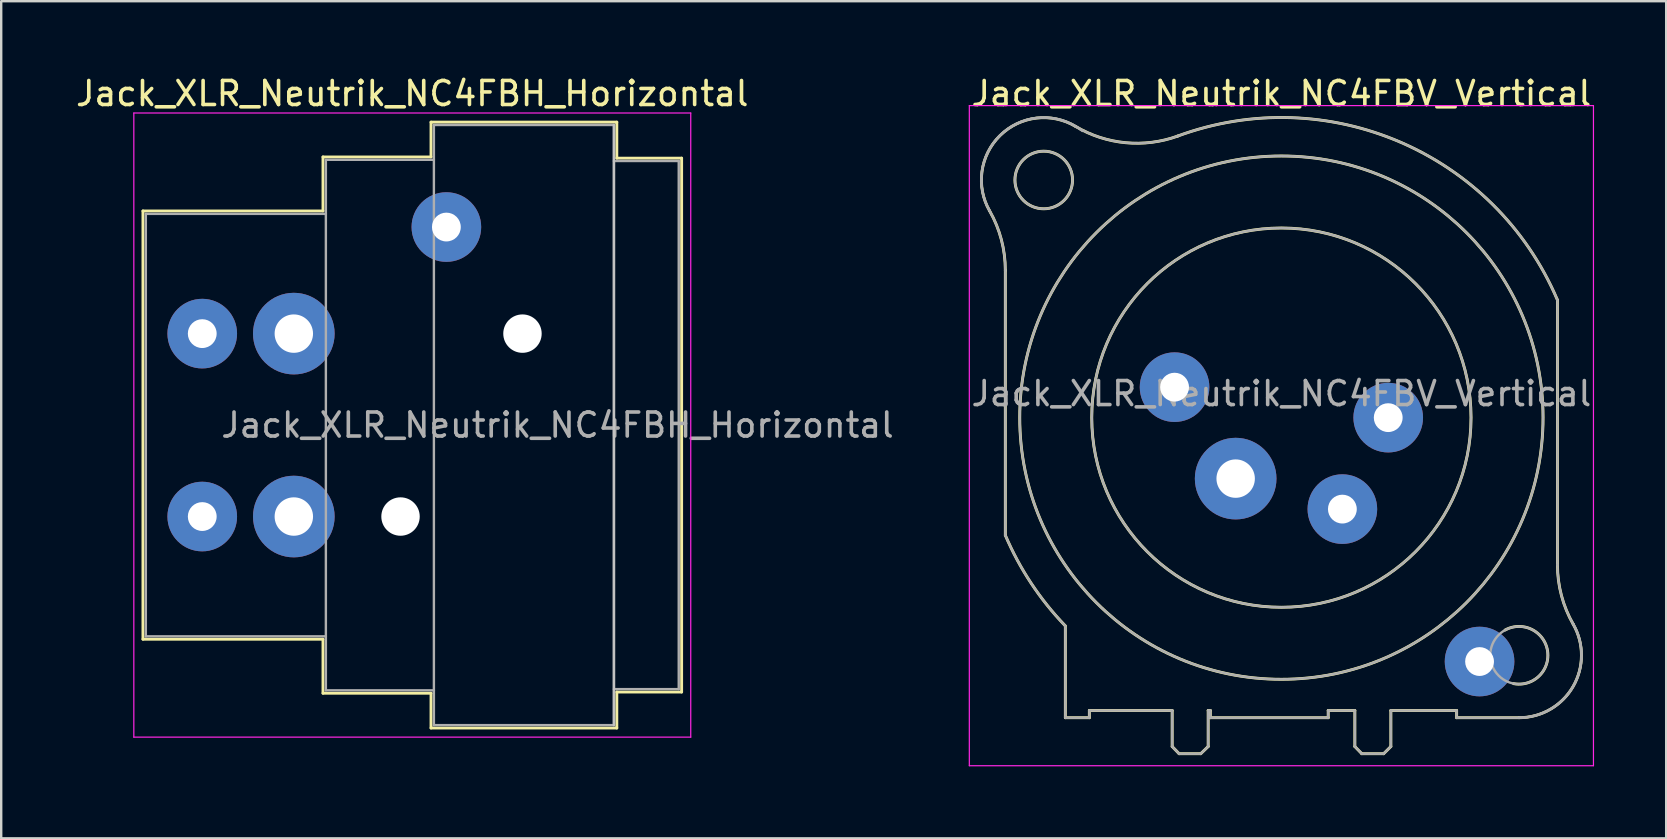
<source format=kicad_pcb>
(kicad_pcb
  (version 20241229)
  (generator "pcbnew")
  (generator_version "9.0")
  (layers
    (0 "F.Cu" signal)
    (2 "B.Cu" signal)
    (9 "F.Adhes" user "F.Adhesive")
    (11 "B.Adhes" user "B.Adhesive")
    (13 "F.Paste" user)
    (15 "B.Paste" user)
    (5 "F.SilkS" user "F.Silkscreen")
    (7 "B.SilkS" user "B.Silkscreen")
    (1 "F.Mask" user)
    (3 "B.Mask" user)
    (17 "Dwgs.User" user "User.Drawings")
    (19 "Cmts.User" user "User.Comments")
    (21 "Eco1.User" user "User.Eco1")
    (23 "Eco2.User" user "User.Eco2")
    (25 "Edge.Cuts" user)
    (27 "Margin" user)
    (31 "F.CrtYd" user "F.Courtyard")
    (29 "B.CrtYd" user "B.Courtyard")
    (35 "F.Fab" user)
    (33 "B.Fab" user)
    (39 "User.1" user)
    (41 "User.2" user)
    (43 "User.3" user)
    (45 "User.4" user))
  (footprint "Jack_XLR_Neutrik_NC4FBV_Vertical"
    (layer "F.Cu")
    (at 54.78 14.348)
    (property "Reference" "Jack_XLR_Neutrik_NC4FBV_Vertical" (at -4.45 -13.5 0) (layer "F.SilkS") (effects (font (size 1 1) (thickness 0.15))))
    (attr through_hole)
    (fp_line (start -15.95 -6.13) (end -15.95 4.9) (stroke (width 0.12) (type solid)) (layer "F.SilkS"))
    (fp_line (start -13.45 8.68) (end -13.45 12.5) (stroke (width 0.12) (type solid)) (layer "F.SilkS"))
    (fp_line (start -12.45 12.2) (end -12.45 12.5) (stroke (width 0.12) (type solid)) (layer "F.SilkS"))
    (fp_line (start -12.45 12.5) (end -13.45 12.5) (stroke (width 0.12) (type solid)) (layer "F.SilkS"))
    (fp_line (start -9 12.2) (end -12.45 12.2) (stroke (width 0.12) (type solid)) (layer "F.SilkS"))
    (fp_line (start -9 12.2) (end -9 13.7) (stroke (width 0.12) (type solid)) (layer "F.SilkS"))
    (fp_line (start -9 13.7) (end -8.71 14) (stroke (width 0.12) (type solid)) (layer "F.SilkS"))
    (fp_line (start -8.71 14) (end -7.81 14) (stroke (width 0.12) (type solid)) (layer "F.SilkS"))
    (fp_line (start -7.5 12.2) (end -7.5 13.7) (stroke (width 0.12) (type solid)) (layer "F.SilkS"))
    (fp_line (start -7.5 13.7) (end -7.81 14) (stroke (width 0.12) (type solid)) (layer "F.SilkS"))
    (fp_line (start -7.41 12.2) (end -7.5 12.2) (stroke (width 0.12) (type solid)) (layer "F.SilkS"))
    (fp_line (start -7.41 12.2) (end -7.41 12.5) (stroke (width 0.12) (type solid)) (layer "F.SilkS"))
    (fp_line (start -2.5 12.2) (end -2.5 12.5) (stroke (width 0.12) (type solid)) (layer "F.SilkS"))
    (fp_line (start -2.5 12.2) (end -1.39 12.2) (stroke (width 0.12) (type solid)) (layer "F.SilkS"))
    (fp_line (start -2.5 12.5) (end -7.41 12.5) (stroke (width 0.12) (type solid)) (layer "F.SilkS"))
    (fp_line (start -1.39 12.2) (end -1.39 13.7) (stroke (width 0.12) (type solid)) (layer "F.SilkS"))
    (fp_line (start -1.39 13.7) (end -1.1 14) (stroke (width 0.12) (type solid)) (layer "F.SilkS"))
    (fp_line (start -1.1 14) (end -0.19 14) (stroke (width 0.12) (type solid)) (layer "F.SilkS"))
    (fp_line (start 0.11 12.2) (end 0.11 13.7) (stroke (width 0.12) (type solid)) (layer "F.SilkS"))
    (fp_line (start 0.11 12.2) (end 2.85 12.2) (stroke (width 0.12) (type solid)) (layer "F.SilkS"))
    (fp_line (start 0.11 13.7) (end -0.19 14) (stroke (width 0.12) (type solid)) (layer "F.SilkS"))
    (fp_line (start 2.85 12.2) (end 2.85 12.5) (stroke (width 0.12) (type solid)) (layer "F.SilkS"))
    (fp_line (start 5.45 12.5) (end 2.85 12.5) (stroke (width 0.12) (type solid)) (layer "F.SilkS"))
    (fp_line (start 7.05 6.13) (end 7.05 -4.9) (stroke (width 0.12) (type solid)) (layer "F.SilkS"))
    (fp_arc (start -16.605678 -8.61403) (mid -16.167892 -11.753934) (end -13.02 -12.13) (stroke (width 0.12) (type solid)) (layer "F.SilkS"))
    (fp_arc (start -16.601888 -8.608607) (mid -16.114437 -7.411781) (end -15.95 -6.13) (stroke (width 0.12) (type solid)) (layer "F.SilkS"))
    (fp_arc (start -13.460471 8.664376) (mid -14.876528 6.89547) (end -15.95 4.9) (stroke (width 0.12) (type solid)) (layer "F.SilkS"))
    (fp_arc (start -8.782378 -11.725634) (mid 0.49884 -11.479067) (end 7.05 -4.9) (stroke (width 0.12) (type solid)) (layer "F.SilkS"))
    (fp_arc (start -8.765808 -11.730188) (mid -10.937772 -11.452682) (end -13.02 -12.13) (stroke (width 0.12) (type solid)) (layer "F.SilkS"))
    (fp_arc (start 4.867701 8.848226) (mid 6.637502 9.712546) (end 5.22 11.08) (stroke (width 0.12) (type solid)) (layer "F.SilkS"))
    (fp_arc (start 7.706842 8.607293) (mid 7.216999 7.411447) (end 7.05 6.13) (stroke (width 0.12) (type solid)) (layer "F.SilkS"))
    (fp_arc (start 7.708442 8.611807) (mid 7.698255 11.20589) (end 5.45 12.5) (stroke (width 0.12) (type solid)) (layer "F.SilkS"))
    (fp_circle (center -14.35 -9.9) (end -13.15 -9.9) (stroke (width 0.12) (type solid)) (fill no) (layer "F.SilkS"))
    (fp_circle (center -4.45 0) (end 3.45 0) (stroke (width 0.12) (type solid)) (fill no) (layer "F.SilkS"))
    (fp_circle (center -4.45 0) (end 6.45 0) (stroke (width 0.12) (type solid)) (fill no) (layer "F.SilkS"))
    (fp_line (start -17.45 -13) (end 8.55 -13) (stroke (width 0.05) (type solid)) (layer "F.CrtYd"))
    (fp_line (start -17.45 14.5) (end -17.45 -13) (stroke (width 0.05) (type solid)) (layer "F.CrtYd"))
    (fp_line (start 8.55 -13) (end 8.55 14.5) (stroke (width 0.05) (type solid)) (layer "F.CrtYd"))
    (fp_line (start 8.55 14.5) (end -17.45 14.5) (stroke (width 0.05) (type solid)) (layer "F.CrtYd"))
    (fp_line (start -15.95 -6.13) (end -15.95 4.9) (stroke (width 0.1) (type solid)) (layer "F.Fab"))
    (fp_line (start -13.45 8.68) (end -13.45 12.5) (stroke (width 0.1) (type solid)) (layer "F.Fab"))
    (fp_line (start -12.45 12.2) (end -12.45 12.5) (stroke (width 0.1) (type solid)) (layer "F.Fab"))
    (fp_line (start -12.45 12.5) (end -13.45 12.5) (stroke (width 0.1) (type solid)) (layer "F.Fab"))
    (fp_line (start -9 12.2) (end -12.45 12.2) (stroke (width 0.1) (type solid)) (layer "F.Fab"))
    (fp_line (start -9 12.2) (end -9 13.7) (stroke (width 0.1) (type solid)) (layer "F.Fab"))
    (fp_line (start -9 13.7) (end -8.71 14) (stroke (width 0.1) (type solid)) (layer "F.Fab"))
    (fp_line (start -8.71 14) (end -7.81 14) (stroke (width 0.1) (type solid)) (layer "F.Fab"))
    (fp_line (start -7.5 12.2) (end -7.5 13.7) (stroke (width 0.1) (type solid)) (layer "F.Fab"))
    (fp_line (start -7.5 13.7) (end -7.81 14) (stroke (width 0.1) (type solid)) (layer "F.Fab"))
    (fp_line (start -7.41 12.2) (end -7.5 12.2) (stroke (width 0.1) (type solid)) (layer "F.Fab"))
    (fp_line (start -7.41 12.2) (end -7.41 12.5) (stroke (width 0.1) (type solid)) (layer "F.Fab"))
    (fp_line (start -2.5 12.2) (end -2.5 12.5) (stroke (width 0.1) (type solid)) (layer "F.Fab"))
    (fp_line (start -2.5 12.2) (end -1.39 12.2) (stroke (width 0.1) (type solid)) (layer "F.Fab"))
    (fp_line (start -2.5 12.5) (end -7.41 12.5) (stroke (width 0.1) (type solid)) (layer "F.Fab"))
    (fp_line (start -1.39 12.2) (end -1.39 13.7) (stroke (width 0.1) (type solid)) (layer "F.Fab"))
    (fp_line (start -1.39 13.7) (end -1.1 14) (stroke (width 0.1) (type solid)) (layer "F.Fab"))
    (fp_line (start -1.1 14) (end -0.19 14) (stroke (width 0.1) (type solid)) (layer "F.Fab"))
    (fp_line (start 0.11 12.2) (end 0.11 13.7) (stroke (width 0.1) (type solid)) (layer "F.Fab"))
    (fp_line (start 0.11 12.2) (end 2.85 12.2) (stroke (width 0.1) (type solid)) (layer "F.Fab"))
    (fp_line (start 0.11 13.7) (end -0.19 14) (stroke (width 0.1) (type solid)) (layer "F.Fab"))
    (fp_line (start 2.85 12.2) (end 2.85 12.5) (stroke (width 0.1) (type solid)) (layer "F.Fab"))
    (fp_line (start 5.45 12.5) (end 2.85 12.5) (stroke (width 0.1) (type solid)) (layer "F.Fab"))
    (fp_line (start 7.05 6.13) (end 7.05 -4.9) (stroke (width 0.1) (type solid)) (layer "F.Fab"))
    (fp_arc (start -16.605678 -8.61403) (mid -16.167892 -11.753934) (end -13.02 -12.13) (stroke (width 0.1) (type solid)) (layer "F.Fab"))
    (fp_arc (start -16.601888 -8.608607) (mid -16.114437 -7.411781) (end -15.95 -6.13) (stroke (width 0.1) (type solid)) (layer "F.Fab"))
    (fp_arc (start -16.58 -8.57) (mid -16.063921 -11.858868) (end -12.735849 -11.942067) (stroke (width 0.1) (type solid)) (layer "F.Fab"))
    (fp_arc (start -13.460471 8.664376) (mid -14.876528 6.89547) (end -15.95 4.9) (stroke (width 0.1) (type solid)) (layer "F.Fab"))
    (fp_arc (start -8.782378 -11.725634) (mid 0.49884 -11.479067) (end 7.05 -4.9) (stroke (width 0.1) (type solid)) (layer "F.Fab"))
    (fp_arc (start -8.765808 -11.730188) (mid -10.937772 -11.452682) (end -13.02 -12.13) (stroke (width 0.1) (type solid)) (layer "F.Fab"))
    (fp_arc (start 7.66 8.516) (mid 7.72753 11.159357) (end 5.448337 12.499945) (stroke (width 0.1) (type solid)) (layer "F.Fab"))
    (fp_arc (start 7.706842 8.607293) (mid 7.216999 7.411447) (end 7.05 6.13) (stroke (width 0.1) (type solid)) (layer "F.Fab"))
    (fp_arc (start 7.708442 8.611807) (mid 7.698255 11.20589) (end 5.45 12.5) (stroke (width 0.1) (type solid)) (layer "F.Fab"))
    (fp_circle (center -14.35 -9.9) (end -13.15 -9.9) (stroke (width 0.1) (type solid)) (fill no) (layer "F.Fab"))
    (fp_circle (center -4.45 0) (end 3.45 0) (stroke (width 0.1) (type solid)) (fill no) (layer "F.Fab"))
    (fp_circle (center -4.45 0) (end 6.45 0) (stroke (width 0.1) (type solid)) (fill no) (layer "F.Fab"))
    (fp_circle (center 5.45 9.9) (end 6.65 9.9) (stroke (width 0.1) (type solid)) (fill no) (layer "F.Fab"))
    (fp_text user "${REFERENCE}" (at -4.45 -1 0) (layer "F.Fab") (effects (font (size 1 1) (thickness 0.15))))
    (pad "1" thru_hole circle (at 0 0) (size 2.9 2.9) (drill 1.2) (layers "*.Cu" "*.Mask"))
    (pad "2" thru_hole circle (at -1.91 3.81) (size 2.9 2.9) (drill 1.2) (layers "*.Cu" "*.Mask"))
    (pad "3" thru_hole circle (at -6.355 2.54) (size 3.4 3.4) (drill 1.6) (layers "*.Cu" "*.Mask"))
    (pad "4" thru_hole circle (at -8.9 -1.27) (size 2.9 2.9) (drill 1.2) (layers "*.Cu" "*.Mask"))
    (pad "G" thru_hole circle (at 3.805 10.16) (size 2.9 2.9) (drill 1.2) (layers "*.Cu" "*.Mask")))
  (footprint "Jack_XLR_Neutrik_NC4FBH_Horizontal"
    (layer "F.Cu")
    (at 5.375 10.848)
    (property "Reference" "Jack_XLR_Neutrik_NC4FBH_Horizontal" (at 8.75 -10 0) (layer "F.SilkS") (effects (font (size 1 1) (thickness 0.15))))
    (attr through_hole)
    (fp_line (start -2.47 -5.11) (end -2.47 12.73) (stroke (width 0.12) (type solid)) (layer "F.SilkS"))
    (fp_line (start 5.03 -5.11) (end -2.47 -5.11) (stroke (width 0.12) (type solid)) (layer "F.SilkS"))
    (fp_line (start 5.03 -5.11) (end 5.03 -7.36) (stroke (width 0.12) (type solid)) (layer "F.SilkS"))
    (fp_line (start 5.03 12.73) (end -2.47 12.73) (stroke (width 0.12) (type solid)) (layer "F.SilkS"))
    (fp_line (start 5.03 12.73) (end 5.03 14.98) (stroke (width 0.12) (type solid)) (layer "F.SilkS"))
    (fp_line (start 9.53 -7.36) (end 5.03 -7.36) (stroke (width 0.12) (type solid)) (layer "F.SilkS"))
    (fp_line (start 9.53 -7.36) (end 9.53 -8.81) (stroke (width 0.12) (type solid)) (layer "F.SilkS"))
    (fp_line (start 9.53 14.98) (end 5.03 14.98) (stroke (width 0.12) (type solid)) (layer "F.SilkS"))
    (fp_line (start 9.53 16.43) (end 9.53 14.98) (stroke (width 0.12) (type solid)) (layer "F.SilkS"))
    (fp_line (start 17.27 -8.81) (end 9.53 -8.81) (stroke (width 0.12) (type solid)) (layer "F.SilkS"))
    (fp_line (start 17.27 -8.81) (end 17.27 -7.31) (stroke (width 0.12) (type solid)) (layer "F.SilkS"))
    (fp_line (start 17.27 -7.31) (end 19.97 -7.31) (stroke (width 0.12) (type solid)) (layer "F.SilkS"))
    (fp_line (start 17.27 14.93) (end 17.27 16.43) (stroke (width 0.12) (type solid)) (layer "F.SilkS"))
    (fp_line (start 17.27 14.93) (end 19.97 14.93) (stroke (width 0.12) (type solid)) (layer "F.SilkS"))
    (fp_line (start 17.27 16.43) (end 9.53 16.43) (stroke (width 0.12) (type solid)) (layer "F.SilkS"))
    (fp_line (start 19.97 -7.31) (end 19.97 14.93) (stroke (width 0.12) (type solid)) (layer "F.SilkS"))
    (fp_line (start 17.15 -8.69) (end 17.15 16.31) (stroke (width 0.1) (type solid)) (layer "Dwgs.User"))
    (fp_line (start -2.85 -9.19) (end -2.85 16.81) (stroke (width 0.05) (type solid)) (layer "F.CrtYd"))
    (fp_line (start 20.35 -9.19) (end -2.85 -9.19) (stroke (width 0.05) (type solid)) (layer "F.CrtYd"))
    (fp_line (start 20.35 -9.19) (end 20.35 16.81) (stroke (width 0.05) (type solid)) (layer "F.CrtYd"))
    (fp_line (start 20.35 16.81) (end -2.85 16.81) (stroke (width 0.05) (type solid)) (layer "F.CrtYd"))
    (fp_line (start -2.35 -4.99) (end -2.35 12.61) (stroke (width 0.1) (type solid)) (layer "F.Fab"))
    (fp_line (start 5.15 -4.99) (end -2.35 -4.99) (stroke (width 0.1) (type solid)) (layer "F.Fab"))
    (fp_line (start 5.15 12.61) (end -2.35 12.61) (stroke (width 0.1) (type solid)) (layer "F.Fab"))
    (fp_line (start 5.15 14.86) (end 5.15 -7.24) (stroke (width 0.1) (type solid)) (layer "F.Fab"))
    (fp_line (start 5.15 14.86) (end 9.65 14.86) (stroke (width 0.1) (type solid)) (layer "F.Fab"))
    (fp_line (start 9.65 -8.69) (end 17.15 -8.69) (stroke (width 0.1) (type solid)) (layer "F.Fab"))
    (fp_line (start 9.65 -7.24) (end 5.15 -7.24) (stroke (width 0.1) (type solid)) (layer "F.Fab"))
    (fp_line (start 9.65 16.31) (end 9.65 -8.69) (stroke (width 0.1) (type solid)) (layer "F.Fab"))
    (fp_line (start 17.15 -8.69) (end 17.15 16.31) (stroke (width 0.1) (type solid)) (layer "F.Fab"))
    (fp_line (start 17.15 -7.19) (end 19.85 -7.19) (stroke (width 0.1) (type solid)) (layer "F.Fab"))
    (fp_line (start 17.15 16.31) (end 9.65 16.31) (stroke (width 0.1) (type solid)) (layer "F.Fab"))
    (fp_line (start 19.85 -7.19) (end 19.85 14.81) (stroke (width 0.1) (type solid)) (layer "F.Fab"))
    (fp_line (start 19.85 14.81) (end 17.15 14.81) (stroke (width 0.1) (type solid)) (layer "F.Fab"))
    (fp_text user "${REFERENCE}" (at 14.8 3.81 0) (layer "F.Fab") (effects (font (size 1 1) (thickness 0.15))))
    (pad "" np_thru_hole circle (at 8.26 7.62) (size 1.6 1.6) (drill 1.6) (layers "*.Cu" "*.Mask"))
    (pad "" np_thru_hole circle (at 13.34 0) (size 1.6 1.6) (drill 1.6) (layers "*.Cu" "*.Mask"))
    (pad "1" thru_hole circle (at 0 0) (size 2.9 2.9) (drill 1.2) (layers "*.Cu" "*.Mask"))
    (pad "2" thru_hole circle (at 3.815 0) (size 3.4 3.4) (drill 1.6) (layers "*.Cu" "*.Mask"))
    (pad "3" thru_hole circle (at 3.815 7.62) (size 3.4 3.4) (drill 1.6) (layers "*.Cu" "*.Mask"))
    (pad "4" thru_hole circle (at 0 7.62) (size 2.9 2.9) (drill 1.2) (layers "*.Cu" "*.Mask"))
    (pad "G" thru_hole circle (at 10.17 -4.44) (size 2.9 2.9) (drill 1.2) (layers "*.Cu" "*.Mask")))
  (gr_rect
    (start -3 -3)
    (end 66.36 31.873)
    (stroke (width 0.1) (type default))
    (fill no)
    (layer "Edge.Cuts")))
</source>
